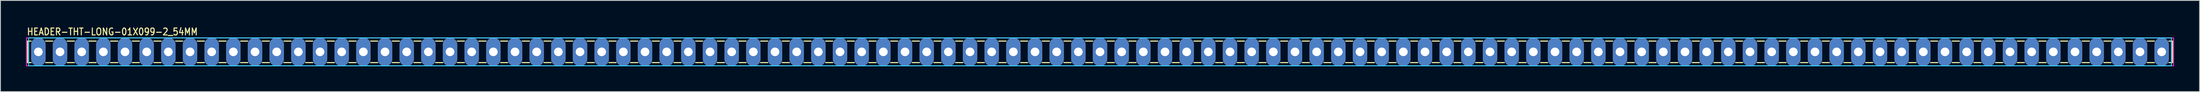
<source format=kicad_pcb>
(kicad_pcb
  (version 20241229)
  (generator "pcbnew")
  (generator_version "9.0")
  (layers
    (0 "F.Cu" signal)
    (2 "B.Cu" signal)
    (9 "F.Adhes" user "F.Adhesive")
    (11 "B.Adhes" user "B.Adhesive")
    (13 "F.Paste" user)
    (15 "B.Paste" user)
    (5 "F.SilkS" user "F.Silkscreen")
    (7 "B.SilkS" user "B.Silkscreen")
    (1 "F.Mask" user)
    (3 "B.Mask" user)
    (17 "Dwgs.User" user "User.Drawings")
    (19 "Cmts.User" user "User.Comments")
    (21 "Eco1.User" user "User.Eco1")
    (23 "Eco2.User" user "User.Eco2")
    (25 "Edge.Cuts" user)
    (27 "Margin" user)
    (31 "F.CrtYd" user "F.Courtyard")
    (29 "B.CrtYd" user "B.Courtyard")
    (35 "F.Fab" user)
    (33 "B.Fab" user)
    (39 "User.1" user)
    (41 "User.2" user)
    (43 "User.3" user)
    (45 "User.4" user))
  (footprint "HEADER-THT-LONG-01X099-2_54MM"
    (layer "F.Cu")
    (at 1.447 3.079)
    (property "Reference" "HEADER-THT-LONG-01X099-2_54MM" (at -1.4 -1.9 0) (unlocked yes) (layer "F.SilkS") (effects (font (size 0.813 0.695) (thickness 0.122)) (justify left bottom)))
    (fp_line (start -1.27 -1.27) (end -1.27 1.27) (stroke (width 0.127) (type solid)) (layer "F.SilkS"))
    (fp_line (start -1.27 1.27) (end -0.85 1.27) (stroke (width 0.127) (type solid)) (layer "F.SilkS"))
    (fp_line (start -0.85 -1.27) (end -1.27 -1.27) (stroke (width 0.127) (type solid)) (layer "F.SilkS"))
    (fp_line (start 0.85 -1.27) (end 1.69 -1.27) (stroke (width 0.127) (type solid)) (layer "F.SilkS"))
    (fp_line (start 0.85 1.27) (end 1.69 1.27) (stroke (width 0.127) (type solid)) (layer "F.SilkS"))
    (fp_line (start 3.39 -1.27) (end 4.23 -1.27) (stroke (width 0.127) (type solid)) (layer "F.SilkS"))
    (fp_line (start 3.39 1.27) (end 4.23 1.27) (stroke (width 0.127) (type solid)) (layer "F.SilkS"))
    (fp_line (start 5.93 -1.27) (end 6.77 -1.27) (stroke (width 0.127) (type solid)) (layer "F.SilkS"))
    (fp_line (start 5.93 1.27) (end 6.77 1.27) (stroke (width 0.127) (type solid)) (layer "F.SilkS"))
    (fp_line (start 8.47 -1.27) (end 9.31 -1.27) (stroke (width 0.127) (type solid)) (layer "F.SilkS"))
    (fp_line (start 8.47 1.27) (end 9.31 1.27) (stroke (width 0.127) (type solid)) (layer "F.SilkS"))
    (fp_line (start 11.01 -1.27) (end 11.85 -1.27) (stroke (width 0.127) (type solid)) (layer "F.SilkS"))
    (fp_line (start 11.01 1.27) (end 11.85 1.27) (stroke (width 0.127) (type solid)) (layer "F.SilkS"))
    (fp_line (start 13.55 -1.27) (end 14.39 -1.27) (stroke (width 0.127) (type solid)) (layer "F.SilkS"))
    (fp_line (start 13.55 1.27) (end 14.39 1.27) (stroke (width 0.127) (type solid)) (layer "F.SilkS"))
    (fp_line (start 16.09 -1.27) (end 16.93 -1.27) (stroke (width 0.127) (type solid)) (layer "F.SilkS"))
    (fp_line (start 16.09 1.27) (end 16.93 1.27) (stroke (width 0.127) (type solid)) (layer "F.SilkS"))
    (fp_line (start 18.63 -1.27) (end 19.47 -1.27) (stroke (width 0.127) (type solid)) (layer "F.SilkS"))
    (fp_line (start 18.63 1.27) (end 19.47 1.27) (stroke (width 0.127) (type solid)) (layer "F.SilkS"))
    (fp_line (start 21.17 -1.27) (end 22.01 -1.27) (stroke (width 0.127) (type solid)) (layer "F.SilkS"))
    (fp_line (start 21.17 1.27) (end 22.01 1.27) (stroke (width 0.127) (type solid)) (layer "F.SilkS"))
    (fp_line (start 23.71 -1.27) (end 24.55 -1.27) (stroke (width 0.127) (type solid)) (layer "F.SilkS"))
    (fp_line (start 23.71 1.27) (end 24.55 1.27) (stroke (width 0.127) (type solid)) (layer "F.SilkS"))
    (fp_line (start 26.25 -1.27) (end 27.09 -1.27) (stroke (width 0.127) (type solid)) (layer "F.SilkS"))
    (fp_line (start 26.25 1.27) (end 27.09 1.27) (stroke (width 0.127) (type solid)) (layer "F.SilkS"))
    (fp_line (start 28.79 -1.27) (end 29.63 -1.27) (stroke (width 0.127) (type solid)) (layer "F.SilkS"))
    (fp_line (start 28.79 1.27) (end 29.63 1.27) (stroke (width 0.127) (type solid)) (layer "F.SilkS"))
    (fp_line (start 31.33 -1.27) (end 32.17 -1.27) (stroke (width 0.127) (type solid)) (layer "F.SilkS"))
    (fp_line (start 31.33 1.27) (end 32.17 1.27) (stroke (width 0.127) (type solid)) (layer "F.SilkS"))
    (fp_line (start 33.87 -1.27) (end 34.71 -1.27) (stroke (width 0.127) (type solid)) (layer "F.SilkS"))
    (fp_line (start 33.87 1.27) (end 34.71 1.27) (stroke (width 0.127) (type solid)) (layer "F.SilkS"))
    (fp_line (start 36.41 -1.27) (end 37.25 -1.27) (stroke (width 0.127) (type solid)) (layer "F.SilkS"))
    (fp_line (start 36.41 1.27) (end 37.25 1.27) (stroke (width 0.127) (type solid)) (layer "F.SilkS"))
    (fp_line (start 38.95 -1.27) (end 39.79 -1.27) (stroke (width 0.127) (type solid)) (layer "F.SilkS"))
    (fp_line (start 38.95 1.27) (end 39.79 1.27) (stroke (width 0.127) (type solid)) (layer "F.SilkS"))
    (fp_line (start 41.49 -1.27) (end 42.33 -1.27) (stroke (width 0.127) (type solid)) (layer "F.SilkS"))
    (fp_line (start 41.49 1.27) (end 42.33 1.27) (stroke (width 0.127) (type solid)) (layer "F.SilkS"))
    (fp_line (start 44.03 -1.27) (end 44.87 -1.27) (stroke (width 0.127) (type solid)) (layer "F.SilkS"))
    (fp_line (start 44.03 1.27) (end 44.87 1.27) (stroke (width 0.127) (type solid)) (layer "F.SilkS"))
    (fp_line (start 46.57 -1.27) (end 47.41 -1.27) (stroke (width 0.127) (type solid)) (layer "F.SilkS"))
    (fp_line (start 46.57 1.27) (end 47.41 1.27) (stroke (width 0.127) (type solid)) (layer "F.SilkS"))
    (fp_line (start 49.11 -1.27) (end 49.95 -1.27) (stroke (width 0.127) (type solid)) (layer "F.SilkS"))
    (fp_line (start 49.11 1.27) (end 49.95 1.27) (stroke (width 0.127) (type solid)) (layer "F.SilkS"))
    (fp_line (start 51.65 -1.27) (end 52.49 -1.27) (stroke (width 0.127) (type solid)) (layer "F.SilkS"))
    (fp_line (start 51.65 1.27) (end 52.49 1.27) (stroke (width 0.127) (type solid)) (layer "F.SilkS"))
    (fp_line (start 54.19 -1.27) (end 55.03 -1.27) (stroke (width 0.127) (type solid)) (layer "F.SilkS"))
    (fp_line (start 54.19 1.27) (end 55.03 1.27) (stroke (width 0.127) (type solid)) (layer "F.SilkS"))
    (fp_line (start 56.73 -1.27) (end 57.57 -1.27) (stroke (width 0.127) (type solid)) (layer "F.SilkS"))
    (fp_line (start 56.73 1.27) (end 57.57 1.27) (stroke (width 0.127) (type solid)) (layer "F.SilkS"))
    (fp_line (start 59.27 -1.27) (end 60.11 -1.27) (stroke (width 0.127) (type solid)) (layer "F.SilkS"))
    (fp_line (start 59.27 1.27) (end 60.11 1.27) (stroke (width 0.127) (type solid)) (layer "F.SilkS"))
    (fp_line (start 61.81 -1.27) (end 62.65 -1.27) (stroke (width 0.127) (type solid)) (layer "F.SilkS"))
    (fp_line (start 61.81 1.27) (end 62.65 1.27) (stroke (width 0.127) (type solid)) (layer "F.SilkS"))
    (fp_line (start 64.35 -1.27) (end 65.19 -1.27) (stroke (width 0.127) (type solid)) (layer "F.SilkS"))
    (fp_line (start 64.35 1.27) (end 65.19 1.27) (stroke (width 0.127) (type solid)) (layer "F.SilkS"))
    (fp_line (start 66.89 -1.27) (end 67.73 -1.27) (stroke (width 0.127) (type solid)) (layer "F.SilkS"))
    (fp_line (start 66.89 1.27) (end 67.73 1.27) (stroke (width 0.127) (type solid)) (layer "F.SilkS"))
    (fp_line (start 69.43 -1.27) (end 70.27 -1.27) (stroke (width 0.127) (type solid)) (layer "F.SilkS"))
    (fp_line (start 69.43 1.27) (end 70.27 1.27) (stroke (width 0.127) (type solid)) (layer "F.SilkS"))
    (fp_line (start 71.97 -1.27) (end 72.81 -1.27) (stroke (width 0.127) (type solid)) (layer "F.SilkS"))
    (fp_line (start 71.97 1.27) (end 72.81 1.27) (stroke (width 0.127) (type solid)) (layer "F.SilkS"))
    (fp_line (start 74.51 -1.27) (end 75.35 -1.27) (stroke (width 0.127) (type solid)) (layer "F.SilkS"))
    (fp_line (start 74.51 1.27) (end 75.35 1.27) (stroke (width 0.127) (type solid)) (layer "F.SilkS"))
    (fp_line (start 77.05 -1.27) (end 77.89 -1.27) (stroke (width 0.127) (type solid)) (layer "F.SilkS"))
    (fp_line (start 77.05 1.27) (end 77.89 1.27) (stroke (width 0.127) (type solid)) (layer "F.SilkS"))
    (fp_line (start 79.59 -1.27) (end 80.43 -1.27) (stroke (width 0.127) (type solid)) (layer "F.SilkS"))
    (fp_line (start 79.59 1.27) (end 80.43 1.27) (stroke (width 0.127) (type solid)) (layer "F.SilkS"))
    (fp_line (start 82.13 -1.27) (end 82.97 -1.27) (stroke (width 0.127) (type solid)) (layer "F.SilkS"))
    (fp_line (start 82.13 1.27) (end 82.97 1.27) (stroke (width 0.127) (type solid)) (layer "F.SilkS"))
    (fp_line (start 84.67 -1.27) (end 85.51 -1.27) (stroke (width 0.127) (type solid)) (layer "F.SilkS"))
    (fp_line (start 84.67 1.27) (end 85.51 1.27) (stroke (width 0.127) (type solid)) (layer "F.SilkS"))
    (fp_line (start 87.21 -1.27) (end 88.05 -1.27) (stroke (width 0.127) (type solid)) (layer "F.SilkS"))
    (fp_line (start 87.21 1.27) (end 88.05 1.27) (stroke (width 0.127) (type solid)) (layer "F.SilkS"))
    (fp_line (start 89.75 -1.27) (end 90.59 -1.27) (stroke (width 0.127) (type solid)) (layer "F.SilkS"))
    (fp_line (start 89.75 1.27) (end 90.59 1.27) (stroke (width 0.127) (type solid)) (layer "F.SilkS"))
    (fp_line (start 92.29 -1.27) (end 93.13 -1.27) (stroke (width 0.127) (type solid)) (layer "F.SilkS"))
    (fp_line (start 92.29 1.27) (end 93.13 1.27) (stroke (width 0.127) (type solid)) (layer "F.SilkS"))
    (fp_line (start 94.83 -1.27) (end 95.67 -1.27) (stroke (width 0.127) (type solid)) (layer "F.SilkS"))
    (fp_line (start 94.83 1.27) (end 95.67 1.27) (stroke (width 0.127) (type solid)) (layer "F.SilkS"))
    (fp_line (start 97.37 -1.27) (end 98.21 -1.27) (stroke (width 0.127) (type solid)) (layer "F.SilkS"))
    (fp_line (start 97.37 1.27) (end 98.21 1.27) (stroke (width 0.127) (type solid)) (layer "F.SilkS"))
    (fp_line (start 99.91 -1.27) (end 100.75 -1.27) (stroke (width 0.127) (type solid)) (layer "F.SilkS"))
    (fp_line (start 99.91 1.27) (end 100.75 1.27) (stroke (width 0.127) (type solid)) (layer "F.SilkS"))
    (fp_line (start 102.45 -1.27) (end 103.29 -1.27) (stroke (width 0.127) (type solid)) (layer "F.SilkS"))
    (fp_line (start 102.45 1.27) (end 103.29 1.27) (stroke (width 0.127) (type solid)) (layer "F.SilkS"))
    (fp_line (start 104.99 -1.27) (end 105.83 -1.27) (stroke (width 0.127) (type solid)) (layer "F.SilkS"))
    (fp_line (start 104.99 1.27) (end 105.83 1.27) (stroke (width 0.127) (type solid)) (layer "F.SilkS"))
    (fp_line (start 107.53 -1.27) (end 108.37 -1.27) (stroke (width 0.127) (type solid)) (layer "F.SilkS"))
    (fp_line (start 107.53 1.27) (end 108.37 1.27) (stroke (width 0.127) (type solid)) (layer "F.SilkS"))
    (fp_line (start 110.07 -1.27) (end 110.91 -1.27) (stroke (width 0.127) (type solid)) (layer "F.SilkS"))
    (fp_line (start 110.07 1.27) (end 110.91 1.27) (stroke (width 0.127) (type solid)) (layer "F.SilkS"))
    (fp_line (start 112.61 -1.27) (end 113.45 -1.27) (stroke (width 0.127) (type solid)) (layer "F.SilkS"))
    (fp_line (start 112.61 1.27) (end 113.45 1.27) (stroke (width 0.127) (type solid)) (layer "F.SilkS"))
    (fp_line (start 115.15 -1.27) (end 115.99 -1.27) (stroke (width 0.127) (type solid)) (layer "F.SilkS"))
    (fp_line (start 115.15 1.27) (end 115.99 1.27) (stroke (width 0.127) (type solid)) (layer "F.SilkS"))
    (fp_line (start 117.69 -1.27) (end 118.53 -1.27) (stroke (width 0.127) (type solid)) (layer "F.SilkS"))
    (fp_line (start 117.69 1.27) (end 118.53 1.27) (stroke (width 0.127) (type solid)) (layer "F.SilkS"))
    (fp_line (start 120.23 -1.27) (end 121.07 -1.27) (stroke (width 0.127) (type solid)) (layer "F.SilkS"))
    (fp_line (start 120.23 1.27) (end 121.07 1.27) (stroke (width 0.127) (type solid)) (layer "F.SilkS"))
    (fp_line (start 122.77 -1.27) (end 123.61 -1.27) (stroke (width 0.127) (type solid)) (layer "F.SilkS"))
    (fp_line (start 122.77 1.27) (end 123.61 1.27) (stroke (width 0.127) (type solid)) (layer "F.SilkS"))
    (fp_line (start 125.31 -1.27) (end 126.15 -1.27) (stroke (width 0.127) (type solid)) (layer "F.SilkS"))
    (fp_line (start 125.31 1.27) (end 126.15 1.27) (stroke (width 0.127) (type solid)) (layer "F.SilkS"))
    (fp_line (start 127.85 -1.27) (end 128.69 -1.27) (stroke (width 0.127) (type solid)) (layer "F.SilkS"))
    (fp_line (start 127.85 1.27) (end 128.69 1.27) (stroke (width 0.127) (type solid)) (layer "F.SilkS"))
    (fp_line (start 130.39 -1.27) (end 131.23 -1.27) (stroke (width 0.127) (type solid)) (layer "F.SilkS"))
    (fp_line (start 130.39 1.27) (end 131.23 1.27) (stroke (width 0.127) (type solid)) (layer "F.SilkS"))
    (fp_line (start 132.93 -1.27) (end 133.77 -1.27) (stroke (width 0.127) (type solid)) (layer "F.SilkS"))
    (fp_line (start 132.93 1.27) (end 133.77 1.27) (stroke (width 0.127) (type solid)) (layer "F.SilkS"))
    (fp_line (start 135.47 -1.27) (end 136.31 -1.27) (stroke (width 0.127) (type solid)) (layer "F.SilkS"))
    (fp_line (start 135.47 1.27) (end 136.31 1.27) (stroke (width 0.127) (type solid)) (layer "F.SilkS"))
    (fp_line (start 138.01 -1.27) (end 138.85 -1.27) (stroke (width 0.127) (type solid)) (layer "F.SilkS"))
    (fp_line (start 138.01 1.27) (end 138.85 1.27) (stroke (width 0.127) (type solid)) (layer "F.SilkS"))
    (fp_line (start 140.55 -1.27) (end 141.39 -1.27) (stroke (width 0.127) (type solid)) (layer "F.SilkS"))
    (fp_line (start 140.55 1.27) (end 141.39 1.27) (stroke (width 0.127) (type solid)) (layer "F.SilkS"))
    (fp_line (start 143.09 -1.27) (end 143.93 -1.27) (stroke (width 0.127) (type solid)) (layer "F.SilkS"))
    (fp_line (start 143.09 1.27) (end 143.93 1.27) (stroke (width 0.127) (type solid)) (layer "F.SilkS"))
    (fp_line (start 145.63 -1.27) (end 146.47 -1.27) (stroke (width 0.127) (type solid)) (layer "F.SilkS"))
    (fp_line (start 145.63 1.27) (end 146.47 1.27) (stroke (width 0.127) (type solid)) (layer "F.SilkS"))
    (fp_line (start 148.17 -1.27) (end 149.01 -1.27) (stroke (width 0.127) (type solid)) (layer "F.SilkS"))
    (fp_line (start 148.17 1.27) (end 149.01 1.27) (stroke (width 0.127) (type solid)) (layer "F.SilkS"))
    (fp_line (start 150.71 -1.27) (end 151.55 -1.27) (stroke (width 0.127) (type solid)) (layer "F.SilkS"))
    (fp_line (start 150.71 1.27) (end 151.55 1.27) (stroke (width 0.127) (type solid)) (layer "F.SilkS"))
    (fp_line (start 153.25 -1.27) (end 154.09 -1.27) (stroke (width 0.127) (type solid)) (layer "F.SilkS"))
    (fp_line (start 153.25 1.27) (end 154.09 1.27) (stroke (width 0.127) (type solid)) (layer "F.SilkS"))
    (fp_line (start 155.79 -1.27) (end 156.63 -1.27) (stroke (width 0.127) (type solid)) (layer "F.SilkS"))
    (fp_line (start 155.79 1.27) (end 156.63 1.27) (stroke (width 0.127) (type solid)) (layer "F.SilkS"))
    (fp_line (start 158.33 -1.27) (end 159.17 -1.27) (stroke (width 0.127) (type solid)) (layer "F.SilkS"))
    (fp_line (start 158.33 1.27) (end 159.17 1.27) (stroke (width 0.127) (type solid)) (layer "F.SilkS"))
    (fp_line (start 160.87 -1.27) (end 161.71 -1.27) (stroke (width 0.127) (type solid)) (layer "F.SilkS"))
    (fp_line (start 160.87 1.27) (end 161.71 1.27) (stroke (width 0.127) (type solid)) (layer "F.SilkS"))
    (fp_line (start 163.41 -1.27) (end 164.25 -1.27) (stroke (width 0.127) (type solid)) (layer "F.SilkS"))
    (fp_line (start 163.41 1.27) (end 164.25 1.27) (stroke (width 0.127) (type solid)) (layer "F.SilkS"))
    (fp_line (start 165.95 -1.27) (end 166.79 -1.27) (stroke (width 0.127) (type solid)) (layer "F.SilkS"))
    (fp_line (start 165.95 1.27) (end 166.79 1.27) (stroke (width 0.127) (type solid)) (layer "F.SilkS"))
    (fp_line (start 168.49 -1.27) (end 169.33 -1.27) (stroke (width 0.127) (type solid)) (layer "F.SilkS"))
    (fp_line (start 168.49 1.27) (end 169.33 1.27) (stroke (width 0.127) (type solid)) (layer "F.SilkS"))
    (fp_line (start 171.03 -1.27) (end 171.87 -1.27) (stroke (width 0.127) (type solid)) (layer "F.SilkS"))
    (fp_line (start 171.03 1.27) (end 171.87 1.27) (stroke (width 0.127) (type solid)) (layer "F.SilkS"))
    (fp_line (start 173.57 -1.27) (end 174.41 -1.27) (stroke (width 0.127) (type solid)) (layer "F.SilkS"))
    (fp_line (start 173.57 1.27) (end 174.41 1.27) (stroke (width 0.127) (type solid)) (layer "F.SilkS"))
    (fp_line (start 176.11 -1.27) (end 176.95 -1.27) (stroke (width 0.127) (type solid)) (layer "F.SilkS"))
    (fp_line (start 176.11 1.27) (end 176.95 1.27) (stroke (width 0.127) (type solid)) (layer "F.SilkS"))
    (fp_line (start 178.65 -1.27) (end 179.49 -1.27) (stroke (width 0.127) (type solid)) (layer "F.SilkS"))
    (fp_line (start 178.65 1.27) (end 179.49 1.27) (stroke (width 0.127) (type solid)) (layer "F.SilkS"))
    (fp_line (start 181.19 -1.27) (end 182.03 -1.27) (stroke (width 0.127) (type solid)) (layer "F.SilkS"))
    (fp_line (start 181.19 1.27) (end 182.03 1.27) (stroke (width 0.127) (type solid)) (layer "F.SilkS"))
    (fp_line (start 183.73 -1.27) (end 184.57 -1.27) (stroke (width 0.127) (type solid)) (layer "F.SilkS"))
    (fp_line (start 183.73 1.27) (end 184.57 1.27) (stroke (width 0.127) (type solid)) (layer "F.SilkS"))
    (fp_line (start 186.27 -1.27) (end 187.11 -1.27) (stroke (width 0.127) (type solid)) (layer "F.SilkS"))
    (fp_line (start 186.27 1.27) (end 187.11 1.27) (stroke (width 0.127) (type solid)) (layer "F.SilkS"))
    (fp_line (start 188.81 -1.27) (end 189.65 -1.27) (stroke (width 0.127) (type solid)) (layer "F.SilkS"))
    (fp_line (start 188.81 1.27) (end 189.65 1.27) (stroke (width 0.127) (type solid)) (layer "F.SilkS"))
    (fp_line (start 191.35 -1.27) (end 192.19 -1.27) (stroke (width 0.127) (type solid)) (layer "F.SilkS"))
    (fp_line (start 191.35 1.27) (end 192.19 1.27) (stroke (width 0.127) (type solid)) (layer "F.SilkS"))
    (fp_line (start 193.89 -1.27) (end 194.73 -1.27) (stroke (width 0.127) (type solid)) (layer "F.SilkS"))
    (fp_line (start 193.89 1.27) (end 194.73 1.27) (stroke (width 0.127) (type solid)) (layer "F.SilkS"))
    (fp_line (start 196.43 -1.27) (end 197.27 -1.27) (stroke (width 0.127) (type solid)) (layer "F.SilkS"))
    (fp_line (start 196.43 1.27) (end 197.27 1.27) (stroke (width 0.127) (type solid)) (layer "F.SilkS"))
    (fp_line (start 198.97 -1.27) (end 199.81 -1.27) (stroke (width 0.127) (type solid)) (layer "F.SilkS"))
    (fp_line (start 198.97 1.27) (end 199.81 1.27) (stroke (width 0.127) (type solid)) (layer "F.SilkS"))
    (fp_line (start 201.51 -1.27) (end 202.35 -1.27) (stroke (width 0.127) (type solid)) (layer "F.SilkS"))
    (fp_line (start 201.51 1.27) (end 202.35 1.27) (stroke (width 0.127) (type solid)) (layer "F.SilkS"))
    (fp_line (start 204.05 -1.27) (end 204.89 -1.27) (stroke (width 0.127) (type solid)) (layer "F.SilkS"))
    (fp_line (start 204.05 1.27) (end 204.89 1.27) (stroke (width 0.127) (type solid)) (layer "F.SilkS"))
    (fp_line (start 206.59 -1.27) (end 207.43 -1.27) (stroke (width 0.127) (type solid)) (layer "F.SilkS"))
    (fp_line (start 206.59 1.27) (end 207.43 1.27) (stroke (width 0.127) (type solid)) (layer "F.SilkS"))
    (fp_line (start 209.13 -1.27) (end 209.97 -1.27) (stroke (width 0.127) (type solid)) (layer "F.SilkS"))
    (fp_line (start 209.13 1.27) (end 209.97 1.27) (stroke (width 0.127) (type solid)) (layer "F.SilkS"))
    (fp_line (start 211.67 -1.27) (end 212.51 -1.27) (stroke (width 0.127) (type solid)) (layer "F.SilkS"))
    (fp_line (start 211.67 1.27) (end 212.51 1.27) (stroke (width 0.127) (type solid)) (layer "F.SilkS"))
    (fp_line (start 214.21 -1.27) (end 215.05 -1.27) (stroke (width 0.127) (type solid)) (layer "F.SilkS"))
    (fp_line (start 214.21 1.27) (end 215.05 1.27) (stroke (width 0.127) (type solid)) (layer "F.SilkS"))
    (fp_line (start 216.75 -1.27) (end 217.59 -1.27) (stroke (width 0.127) (type solid)) (layer "F.SilkS"))
    (fp_line (start 216.75 1.27) (end 217.59 1.27) (stroke (width 0.127) (type solid)) (layer "F.SilkS"))
    (fp_line (start 219.29 -1.27) (end 220.13 -1.27) (stroke (width 0.127) (type solid)) (layer "F.SilkS"))
    (fp_line (start 219.29 1.27) (end 220.13 1.27) (stroke (width 0.127) (type solid)) (layer "F.SilkS"))
    (fp_line (start 221.83 -1.27) (end 222.67 -1.27) (stroke (width 0.127) (type solid)) (layer "F.SilkS"))
    (fp_line (start 221.83 1.27) (end 222.67 1.27) (stroke (width 0.127) (type solid)) (layer "F.SilkS"))
    (fp_line (start 224.37 -1.27) (end 225.21 -1.27) (stroke (width 0.127) (type solid)) (layer "F.SilkS"))
    (fp_line (start 224.37 1.27) (end 225.21 1.27) (stroke (width 0.127) (type solid)) (layer "F.SilkS"))
    (fp_line (start 226.91 -1.27) (end 227.75 -1.27) (stroke (width 0.127) (type solid)) (layer "F.SilkS"))
    (fp_line (start 226.91 1.27) (end 227.75 1.27) (stroke (width 0.127) (type solid)) (layer "F.SilkS"))
    (fp_line (start 229.45 -1.27) (end 230.29 -1.27) (stroke (width 0.127) (type solid)) (layer "F.SilkS"))
    (fp_line (start 229.45 1.27) (end 230.29 1.27) (stroke (width 0.127) (type solid)) (layer "F.SilkS"))
    (fp_line (start 231.99 -1.27) (end 232.83 -1.27) (stroke (width 0.127) (type solid)) (layer "F.SilkS"))
    (fp_line (start 231.99 1.27) (end 232.83 1.27) (stroke (width 0.127) (type solid)) (layer "F.SilkS"))
    (fp_line (start 234.53 -1.27) (end 235.37 -1.27) (stroke (width 0.127) (type solid)) (layer "F.SilkS"))
    (fp_line (start 234.53 1.27) (end 235.37 1.27) (stroke (width 0.127) (type solid)) (layer "F.SilkS"))
    (fp_line (start 237.07 -1.27) (end 237.91 -1.27) (stroke (width 0.127) (type solid)) (layer "F.SilkS"))
    (fp_line (start 237.07 1.27) (end 237.91 1.27) (stroke (width 0.127) (type solid)) (layer "F.SilkS"))
    (fp_line (start 239.61 -1.27) (end 240.45 -1.27) (stroke (width 0.127) (type solid)) (layer "F.SilkS"))
    (fp_line (start 239.61 1.27) (end 240.45 1.27) (stroke (width 0.127) (type solid)) (layer "F.SilkS"))
    (fp_line (start 242.15 -1.27) (end 242.99 -1.27) (stroke (width 0.127) (type solid)) (layer "F.SilkS"))
    (fp_line (start 242.15 1.27) (end 242.99 1.27) (stroke (width 0.127) (type solid)) (layer "F.SilkS"))
    (fp_line (start 244.69 -1.27) (end 245.53 -1.27) (stroke (width 0.127) (type solid)) (layer "F.SilkS"))
    (fp_line (start 244.69 1.27) (end 245.53 1.27) (stroke (width 0.127) (type solid)) (layer "F.SilkS"))
    (fp_line (start 247.23 -1.27) (end 248.07 -1.27) (stroke (width 0.127) (type solid)) (layer "F.SilkS"))
    (fp_line (start 247.23 1.27) (end 248.07 1.27) (stroke (width 0.127) (type solid)) (layer "F.SilkS"))
    (fp_line (start 249.77 -1.27) (end 250.19 -1.27) (stroke (width 0.127) (type solid)) (layer "F.SilkS"))
    (fp_line (start 250.19 -1.27) (end 250.19 1.27) (stroke (width 0.127) (type solid)) (layer "F.SilkS"))
    (fp_line (start 250.19 1.27) (end 249.77 1.27) (stroke (width 0.127) (type solid)) (layer "F.SilkS"))
    (fp_poly (pts (xy -1.143 -1.651) (xy 250.063 -1.651) (xy 250.063 1.651) (xy -1.143 1.651)) (stroke (width 0.1) (type solid)) (fill no) (layer "B.CrtYd"))
    (fp_poly (pts (xy -1.397 -1.651) (xy 250.317 -1.651) (xy 250.317 1.651) (xy -1.397 1.651)) (stroke (width 0.1) (type solid)) (fill no) (layer "F.CrtYd"))
    (pad "1" thru_hole oval (at 0 0 90) (size 3.387 1.693) (drill 1.016) (layers "*.Cu" "*.Mask"))
    (pad "2" thru_hole oval (at 2.54 0 90) (size 3.387 1.693) (drill 1.016) (layers "*.Cu" "*.Mask"))
    (pad "3" thru_hole oval (at 5.08 0 90) (size 3.387 1.693) (drill 1.016) (layers "*.Cu" "*.Mask"))
    (pad "4" thru_hole oval (at 7.62 0 90) (size 3.387 1.693) (drill 1.016) (layers "*.Cu" "*.Mask"))
    (pad "5" thru_hole oval (at 10.16 0 90) (size 3.387 1.693) (drill 1.016) (layers "*.Cu" "*.Mask"))
    (pad "6" thru_hole oval (at 12.7 0 90) (size 3.387 1.693) (drill 1.016) (layers "*.Cu" "*.Mask"))
    (pad "7" thru_hole oval (at 15.24 0 90) (size 3.387 1.693) (drill 1.016) (layers "*.Cu" "*.Mask"))
    (pad "8" thru_hole oval (at 17.78 0 90) (size 3.387 1.693) (drill 1.016) (layers "*.Cu" "*.Mask"))
    (pad "9" thru_hole oval (at 20.32 0 90) (size 3.387 1.693) (drill 1.016) (layers "*.Cu" "*.Mask"))
    (pad "10" thru_hole oval (at 22.86 0 90) (size 3.387 1.693) (drill 1.016) (layers "*.Cu" "*.Mask"))
    (pad "11" thru_hole oval (at 25.4 0 90) (size 3.387 1.693) (drill 1.016) (layers "*.Cu" "*.Mask"))
    (pad "12" thru_hole oval (at 27.94 0 90) (size 3.387 1.693) (drill 1.016) (layers "*.Cu" "*.Mask"))
    (pad "13" thru_hole oval (at 30.48 0 90) (size 3.387 1.693) (drill 1.016) (layers "*.Cu" "*.Mask"))
    (pad "14" thru_hole oval (at 33.02 0 90) (size 3.387 1.693) (drill 1.016) (layers "*.Cu" "*.Mask"))
    (pad "15" thru_hole oval (at 35.56 0 90) (size 3.387 1.693) (drill 1.016) (layers "*.Cu" "*.Mask"))
    (pad "16" thru_hole oval (at 38.1 0 90) (size 3.387 1.693) (drill 1.016) (layers "*.Cu" "*.Mask"))
    (pad "17" thru_hole oval (at 40.64 0 90) (size 3.387 1.693) (drill 1.016) (layers "*.Cu" "*.Mask"))
    (pad "18" thru_hole oval (at 43.18 0 90) (size 3.387 1.693) (drill 1.016) (layers "*.Cu" "*.Mask"))
    (pad "19" thru_hole oval (at 45.72 0 90) (size 3.387 1.693) (drill 1.016) (layers "*.Cu" "*.Mask"))
    (pad "20" thru_hole oval (at 48.26 0 90) (size 3.387 1.693) (drill 1.016) (layers "*.Cu" "*.Mask"))
    (pad "21" thru_hole oval (at 50.8 0 90) (size 3.387 1.693) (drill 1.016) (layers "*.Cu" "*.Mask"))
    (pad "22" thru_hole oval (at 53.34 0 90) (size 3.387 1.693) (drill 1.016) (layers "*.Cu" "*.Mask"))
    (pad "23" thru_hole oval (at 55.88 0 90) (size 3.387 1.693) (drill 1.016) (layers "*.Cu" "*.Mask"))
    (pad "24" thru_hole oval (at 58.42 0 90) (size 3.387 1.693) (drill 1.016) (layers "*.Cu" "*.Mask"))
    (pad "25" thru_hole oval (at 60.96 0 90) (size 3.387 1.693) (drill 1.016) (layers "*.Cu" "*.Mask"))
    (pad "26" thru_hole oval (at 63.5 0 90) (size 3.387 1.693) (drill 1.016) (layers "*.Cu" "*.Mask"))
    (pad "27" thru_hole oval (at 66.04 0 90) (size 3.387 1.693) (drill 1.016) (layers "*.Cu" "*.Mask"))
    (pad "28" thru_hole oval (at 68.58 0 90) (size 3.387 1.693) (drill 1.016) (layers "*.Cu" "*.Mask"))
    (pad "29" thru_hole oval (at 71.12 0 90) (size 3.387 1.693) (drill 1.016) (layers "*.Cu" "*.Mask"))
    (pad "30" thru_hole oval (at 73.66 0 90) (size 3.387 1.693) (drill 1.016) (layers "*.Cu" "*.Mask"))
    (pad "31" thru_hole oval (at 76.2 0 90) (size 3.387 1.693) (drill 1.016) (layers "*.Cu" "*.Mask"))
    (pad "32" thru_hole oval (at 78.74 0 90) (size 3.387 1.693) (drill 1.016) (layers "*.Cu" "*.Mask"))
    (pad "33" thru_hole oval (at 81.28 0 90) (size 3.387 1.693) (drill 1.016) (layers "*.Cu" "*.Mask"))
    (pad "34" thru_hole oval (at 83.82 0 90) (size 3.387 1.693) (drill 1.016) (layers "*.Cu" "*.Mask"))
    (pad "35" thru_hole oval (at 86.36 0 90) (size 3.387 1.693) (drill 1.016) (layers "*.Cu" "*.Mask"))
    (pad "36" thru_hole oval (at 88.9 0 90) (size 3.387 1.693) (drill 1.016) (layers "*.Cu" "*.Mask"))
    (pad "37" thru_hole oval (at 91.44 0 90) (size 3.387 1.693) (drill 1.016) (layers "*.Cu" "*.Mask"))
    (pad "38" thru_hole oval (at 93.98 0 90) (size 3.387 1.693) (drill 1.016) (layers "*.Cu" "*.Mask"))
    (pad "39" thru_hole oval (at 96.52 0 90) (size 3.387 1.693) (drill 1.016) (layers "*.Cu" "*.Mask"))
    (pad "40" thru_hole oval (at 99.06 0 90) (size 3.387 1.693) (drill 1.016) (layers "*.Cu" "*.Mask"))
    (pad "41" thru_hole oval (at 101.6 0 90) (size 3.387 1.693) (drill 1.016) (layers "*.Cu" "*.Mask"))
    (pad "42" thru_hole oval (at 104.14 0 90) (size 3.387 1.693) (drill 1.016) (layers "*.Cu" "*.Mask"))
    (pad "43" thru_hole oval (at 106.68 0 90) (size 3.387 1.693) (drill 1.016) (layers "*.Cu" "*.Mask"))
    (pad "44" thru_hole oval (at 109.22 0 90) (size 3.387 1.693) (drill 1.016) (layers "*.Cu" "*.Mask"))
    (pad "45" thru_hole oval (at 111.76 0 90) (size 3.387 1.693) (drill 1.016) (layers "*.Cu" "*.Mask"))
    (pad "46" thru_hole oval (at 114.3 0 90) (size 3.387 1.693) (drill 1.016) (layers "*.Cu" "*.Mask"))
    (pad "47" thru_hole oval (at 116.84 0 90) (size 3.387 1.693) (drill 1.016) (layers "*.Cu" "*.Mask"))
    (pad "48" thru_hole oval (at 119.38 0 90) (size 3.387 1.693) (drill 1.016) (layers "*.Cu" "*.Mask"))
    (pad "49" thru_hole oval (at 121.92 0 90) (size 3.387 1.693) (drill 1.016) (layers "*.Cu" "*.Mask"))
    (pad "50" thru_hole oval (at 124.46 0 90) (size 3.387 1.693) (drill 1.016) (layers "*.Cu" "*.Mask"))
    (pad "51" thru_hole oval (at 127 0 90) (size 3.387 1.693) (drill 1.016) (layers "*.Cu" "*.Mask"))
    (pad "52" thru_hole oval (at 129.54 0 90) (size 3.387 1.693) (drill 1.016) (layers "*.Cu" "*.Mask"))
    (pad "53" thru_hole oval (at 132.08 0 90) (size 3.387 1.693) (drill 1.016) (layers "*.Cu" "*.Mask"))
    (pad "54" thru_hole oval (at 134.62 0 90) (size 3.387 1.693) (drill 1.016) (layers "*.Cu" "*.Mask"))
    (pad "55" thru_hole oval (at 137.16 0 90) (size 3.387 1.693) (drill 1.016) (layers "*.Cu" "*.Mask"))
    (pad "56" thru_hole oval (at 139.7 0 90) (size 3.387 1.693) (drill 1.016) (layers "*.Cu" "*.Mask"))
    (pad "57" thru_hole oval (at 142.24 0 90) (size 3.387 1.693) (drill 1.016) (layers "*.Cu" "*.Mask"))
    (pad "58" thru_hole oval (at 144.78 0 90) (size 3.387 1.693) (drill 1.016) (layers "*.Cu" "*.Mask"))
    (pad "59" thru_hole oval (at 147.32 0 90) (size 3.387 1.693) (drill 1.016) (layers "*.Cu" "*.Mask"))
    (pad "60" thru_hole oval (at 149.86 0 90) (size 3.387 1.693) (drill 1.016) (layers "*.Cu" "*.Mask"))
    (pad "61" thru_hole oval (at 152.4 0 90) (size 3.387 1.693) (drill 1.016) (layers "*.Cu" "*.Mask"))
    (pad "62" thru_hole oval (at 154.94 0 90) (size 3.387 1.693) (drill 1.016) (layers "*.Cu" "*.Mask"))
    (pad "63" thru_hole oval (at 157.48 0 90) (size 3.387 1.693) (drill 1.016) (layers "*.Cu" "*.Mask"))
    (pad "64" thru_hole oval (at 160.02 0 90) (size 3.387 1.693) (drill 1.016) (layers "*.Cu" "*.Mask"))
    (pad "65" thru_hole oval (at 162.56 0 90) (size 3.387 1.693) (drill 1.016) (layers "*.Cu" "*.Mask"))
    (pad "66" thru_hole oval (at 165.1 0 90) (size 3.387 1.693) (drill 1.016) (layers "*.Cu" "*.Mask"))
    (pad "67" thru_hole oval (at 167.64 0 90) (size 3.387 1.693) (drill 1.016) (layers "*.Cu" "*.Mask"))
    (pad "68" thru_hole oval (at 170.18 0 90) (size 3.387 1.693) (drill 1.016) (layers "*.Cu" "*.Mask"))
    (pad "69" thru_hole oval (at 172.72 0 90) (size 3.387 1.693) (drill 1.016) (layers "*.Cu" "*.Mask"))
    (pad "70" thru_hole oval (at 175.26 0 90) (size 3.387 1.693) (drill 1.016) (layers "*.Cu" "*.Mask"))
    (pad "71" thru_hole oval (at 177.8 0 90) (size 3.387 1.693) (drill 1.016) (layers "*.Cu" "*.Mask"))
    (pad "72" thru_hole oval (at 180.34 0 90) (size 3.387 1.693) (drill 1.016) (layers "*.Cu" "*.Mask"))
    (pad "73" thru_hole oval (at 182.88 0 90) (size 3.387 1.693) (drill 1.016) (layers "*.Cu" "*.Mask"))
    (pad "74" thru_hole oval (at 185.42 0 90) (size 3.387 1.693) (drill 1.016) (layers "*.Cu" "*.Mask"))
    (pad "75" thru_hole oval (at 187.96 0 90) (size 3.387 1.693) (drill 1.016) (layers "*.Cu" "*.Mask"))
    (pad "76" thru_hole oval (at 190.5 0 90) (size 3.387 1.693) (drill 1.016) (layers "*.Cu" "*.Mask"))
    (pad "77" thru_hole oval (at 193.04 0 90) (size 3.387 1.693) (drill 1.016) (layers "*.Cu" "*.Mask"))
    (pad "78" thru_hole oval (at 195.58 0 90) (size 3.387 1.693) (drill 1.016) (layers "*.Cu" "*.Mask"))
    (pad "79" thru_hole oval (at 198.12 0 90) (size 3.387 1.693) (drill 1.016) (layers "*.Cu" "*.Mask"))
    (pad "80" thru_hole oval (at 200.66 0 90) (size 3.387 1.693) (drill 1.016) (layers "*.Cu" "*.Mask"))
    (pad "81" thru_hole oval (at 203.2 0 90) (size 3.387 1.693) (drill 1.016) (layers "*.Cu" "*.Mask"))
    (pad "82" thru_hole oval (at 205.74 0 90) (size 3.387 1.693) (drill 1.016) (layers "*.Cu" "*.Mask"))
    (pad "83" thru_hole oval (at 208.28 0 90) (size 3.387 1.693) (drill 1.016) (layers "*.Cu" "*.Mask"))
    (pad "84" thru_hole oval (at 210.82 0 90) (size 3.387 1.693) (drill 1.016) (layers "*.Cu" "*.Mask"))
    (pad "85" thru_hole oval (at 213.36 0 90) (size 3.387 1.693) (drill 1.016) (layers "*.Cu" "*.Mask"))
    (pad "86" thru_hole oval (at 215.9 0 90) (size 3.387 1.693) (drill 1.016) (layers "*.Cu" "*.Mask"))
    (pad "87" thru_hole oval (at 218.44 0 90) (size 3.387 1.693) (drill 1.016) (layers "*.Cu" "*.Mask"))
    (pad "88" thru_hole oval (at 220.98 0 90) (size 3.387 1.693) (drill 1.016) (layers "*.Cu" "*.Mask"))
    (pad "89" thru_hole oval (at 223.52 0 90) (size 3.387 1.693) (drill 1.016) (layers "*.Cu" "*.Mask"))
    (pad "90" thru_hole oval (at 226.06 0 90) (size 3.387 1.693) (drill 1.016) (layers "*.Cu" "*.Mask"))
    (pad "91" thru_hole oval (at 228.6 0 90) (size 3.387 1.693) (drill 1.016) (layers "*.Cu" "*.Mask"))
    (pad "92" thru_hole oval (at 231.14 0 90) (size 3.387 1.693) (drill 1.016) (layers "*.Cu" "*.Mask"))
    (pad "93" thru_hole oval (at 233.68 0 90) (size 3.387 1.693) (drill 1.016) (layers "*.Cu" "*.Mask"))
    (pad "94" thru_hole oval (at 236.22 0 90) (size 3.387 1.693) (drill 1.016) (layers "*.Cu" "*.Mask"))
    (pad "95" thru_hole oval (at 238.76 0 90) (size 3.387 1.693) (drill 1.016) (layers "*.Cu" "*.Mask"))
    (pad "96" thru_hole oval (at 241.3 0 90) (size 3.387 1.693) (drill 1.016) (layers "*.Cu" "*.Mask"))
    (pad "97" thru_hole oval (at 243.84 0 90) (size 3.387 1.693) (drill 1.016) (layers "*.Cu" "*.Mask"))
    (pad "98" thru_hole oval (at 246.38 0 90) (size 3.387 1.693) (drill 1.016) (layers "*.Cu" "*.Mask"))
    (pad "99" thru_hole oval (at 248.92 0 90) (size 3.387 1.693) (drill 1.016) (layers "*.Cu" "*.Mask")))
  (gr_rect
    (start -3 -3)
    (end 254.814 7.78)
    (stroke (width 0.1) (type default))
    (fill no)
    (layer "Edge.Cuts")))
</source>
